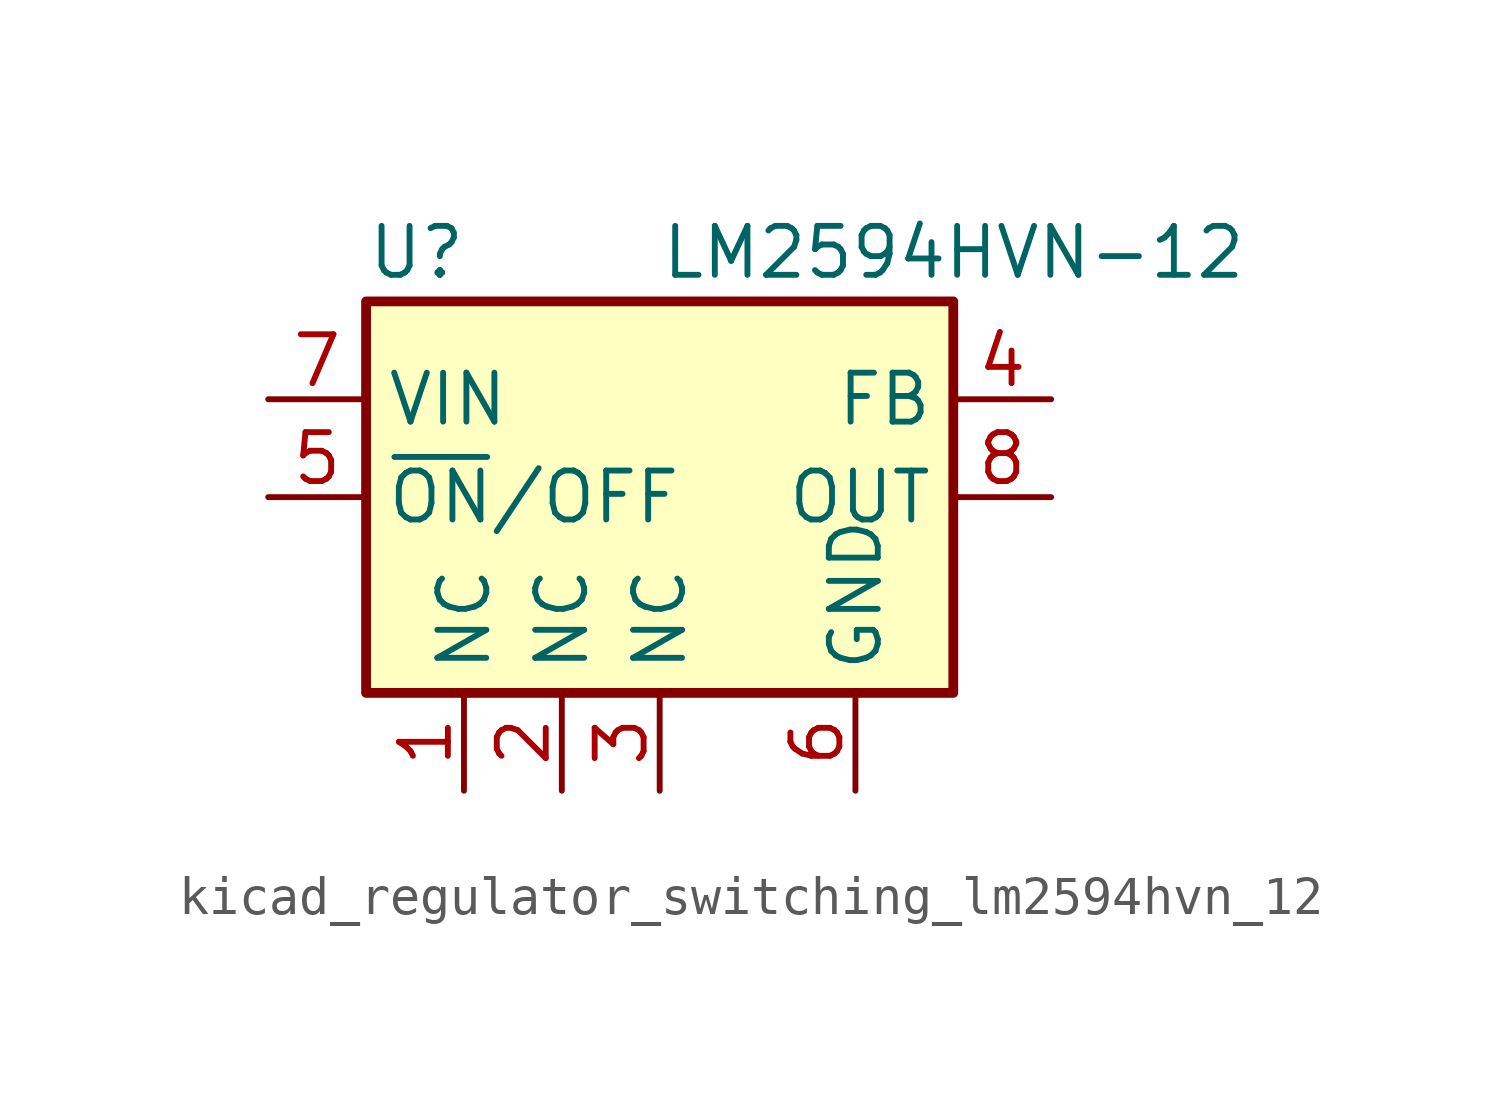
<source format=kicad_sym>
(kicad_symbol_lib
  (version 20220914)
  (generator kicad_symbol_editor)
  (symbol "kicad_regulator_switching_lm2594hvn_12"
    (property "Reference" "U"
      (at -7.62 6.35 0)
      (effects (font (size 1.27 1.27)) (justify left)))
    (property "Value" "LM2594HVN-12"
      (at 0 6.35 0)
      (effects (font (size 1.27 1.27)) (justify left)))
    (symbol "kicad_regulator_switching_lm2594hvn_12_0_1"
      (rectangle (start -7.62 5.08) (end 7.62 -5.08) (stroke (width 0.254) (type default)) (fill (type background))))
    (symbol "kicad_regulator_switching_lm2594hvn_12_1_1"
      (pin passive line (at -5.08 -7.62 90) (length 2.54) (name "NC" (effects (font (size 1.27 1.27)))) (number "1" (effects (font (size 1.27 1.27)))))
      (pin passive line (at -2.54 -7.62 90) (length 2.54) (name "NC" (effects (font (size 1.27 1.27)))) (number "2" (effects (font (size 1.27 1.27)))))
      (pin passive line (at 0 -7.62 90) (length 2.54) (name "NC" (effects (font (size 1.27 1.27)))) (number "3" (effects (font (size 1.27 1.27)))))
      (pin input line (at 10.16 2.54 180) (length 2.54) (name "FB" (effects (font (size 1.27 1.27)))) (number "4" (effects (font (size 1.27 1.27)))))
      (pin input line (at -10.16 0 0) (length 2.54) (name "~{ON}/OFF" (effects (font (size 1.27 1.27)))) (number "5" (effects (font (size 1.27 1.27)))))
      (pin power_in line (at 5.08 -7.62 90) (length 2.54) (name "GND" (effects (font (size 1.27 1.27)))) (number "6" (effects (font (size 1.27 1.27)))))
      (pin power_in line (at -10.16 2.54 0) (length 2.54) (name "VIN" (effects (font (size 1.27 1.27)))) (number "7" (effects (font (size 1.27 1.27)))))
      (pin output line (at 10.16 0 180) (length 2.54) (name "OUT" (effects (font (size 1.27 1.27)))) (number "8" (effects (font (size 1.27 1.27))))))))
</source>
